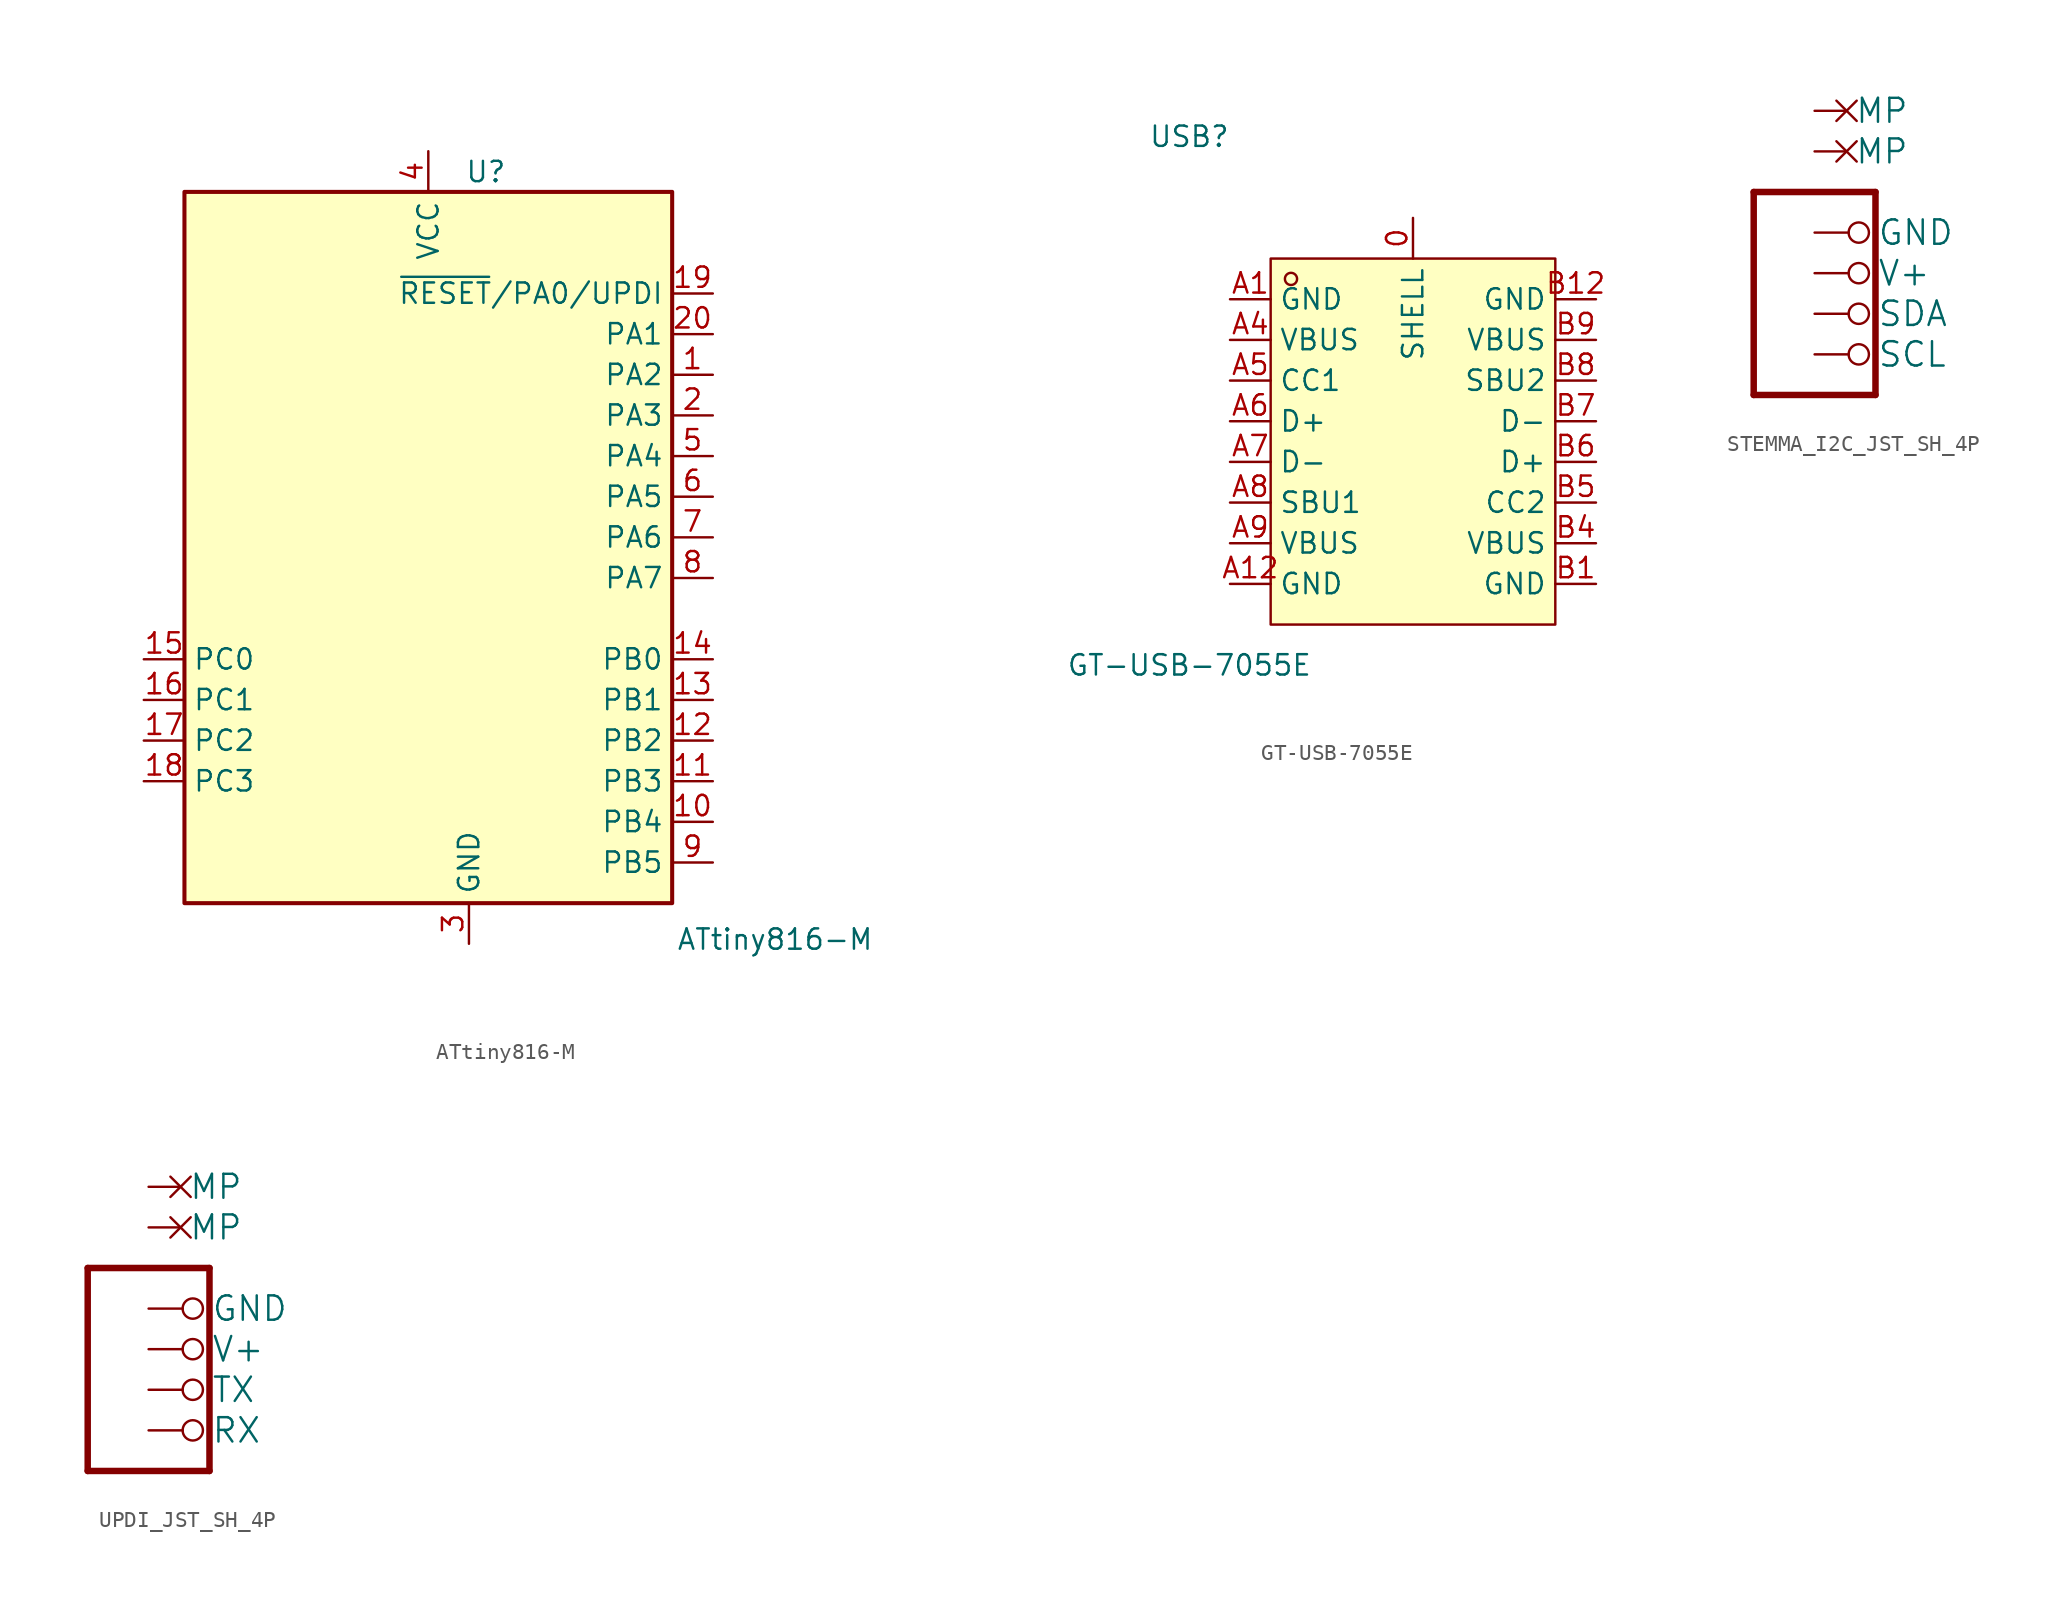
<source format=kicad_sym>
(kicad_symbol_lib
  (version 20241209)
  (generator "kicad_symbol_editor")
  (generator_version "9.0")
  (symbol "ATtiny816-M"
    (property "Reference" "U"
      (at 2.286 22.098 0)
      (effects (font (size 1.27 1.27)) (justify left bottom)))
    (property "Value" "ATtiny816-M"
      (at 15.494 -24.384 0)
      (effects (font (size 1.27 1.27)) (justify left top)))
    (symbol "ATtiny816-M_0_1"
      (rectangle (start -15.24 21.59) (end 15.24 -22.86) (stroke (width 0.254) (type default)) (fill (type background))))
    (symbol "ATtiny816-M_1_1"
      (pin bidirectional line (at -17.78 -7.62 0) (length 2.54) (name "PC0" (effects (font (size 1.27 1.27)))) (number "15" (effects (font (size 1.27 1.27)))) (alternate "SCK" bidirectional line) (alternate "TB" bidirectional line) (alternate "TD.0" bidirectional line))
      (pin bidirectional line (at -17.78 -10.16 0) (length 2.54) (name "PC1" (effects (font (size 1.27 1.27)))) (number "16" (effects (font (size 1.27 1.27)))) (alternate "MISO" input line) (alternate "TD.D" bidirectional line))
      (pin bidirectional line (at -17.78 -12.7 0) (length 2.54) (name "PC2" (effects (font (size 1.27 1.27)))) (number "17" (effects (font (size 1.27 1.27)))) (alternate "MOSI" output line))
      (pin bidirectional line (at -17.78 -15.24 0) (length 2.54) (name "PC3" (effects (font (size 1.27 1.27)))) (number "18" (effects (font (size 1.27 1.27)))) (alternate "SS" bidirectional line) (alternate "TA.3" bidirectional line))
      (pin passive line (at -2.54 -25.4 90) (length 2.54) (hide yes) (name "GND" (effects (font (size 1.27 1.27)))) (number "21" (effects (font (size 1.27 1.27)))))
      (pin power_in line (at 0 24.13 270) (length 2.54) (name "VCC" (effects (font (size 1.27 1.27)))) (number "4" (effects (font (size 1.27 1.27)))))
      (pin power_in line (at 2.54 -25.4 90) (length 2.54) (name "GND" (effects (font (size 1.27 1.27)))) (number "3" (effects (font (size 1.27 1.27)))))
      (pin bidirectional line (at 17.78 15.24 180) (length 2.54) (name "~{RESET}/PA0/UPDI" (effects (font (size 1.27 1.27)))) (number "19" (effects (font (size 1.27 1.27)))))
      (pin bidirectional line (at 17.78 12.7 180) (length 2.54) (name "PA1" (effects (font (size 1.27 1.27)))) (number "20" (effects (font (size 1.27 1.27)))) (alternate "AIN1" bidirectional line) (alternate "MOSI" output line) (alternate "SDA" bidirectional line) (alternate "TX" output line))
      (pin bidirectional line (at 17.78 10.16 180) (length 2.54) (name "PA2" (effects (font (size 1.27 1.27)))) (number "1" (effects (font (size 1.27 1.27)))) (alternate "AIN2" input line) (alternate "MISO" input line) (alternate "RX" input line) (alternate "SCL" bidirectional line))
      (pin bidirectional line (at 17.78 7.62 180) (length 2.54) (name "PA3" (effects (font (size 1.27 1.27)))) (number "2" (effects (font (size 1.27 1.27)))) (alternate "AIN3" input line) (alternate "SCK" bidirectional line) (alternate "TA.3" bidirectional line))
      (pin bidirectional line (at 17.78 5.08 180) (length 2.54) (name "PA4" (effects (font (size 1.27 1.27)))) (number "5" (effects (font (size 1.27 1.27)))) (alternate "AIN4" bidirectional line) (alternate "TA.4" bidirectional line) (alternate "TD.A" bidirectional line) (alternate "Y0" bidirectional line))
      (pin bidirectional line (at 17.78 2.54 180) (length 2.54) (name "PA5" (effects (font (size 1.27 1.27)))) (number "6" (effects (font (size 1.27 1.27)))) (alternate "AIN5" input line) (alternate "TA.5" bidirectional line) (alternate "TB" bidirectional line) (alternate "TD.B" bidirectional line) (alternate "Y1" bidirectional line))
      (pin bidirectional line (at 17.78 0 180) (length 2.54) (name "PA6" (effects (font (size 1.27 1.27)))) (number "7" (effects (font (size 1.27 1.27)))) (alternate "AIN6" input line) (alternate "DAC" output line) (alternate "Y2" bidirectional line))
      (pin bidirectional line (at 17.78 -2.54 180) (length 2.54) (name "PA7" (effects (font (size 1.27 1.27)))) (number "8" (effects (font (size 1.27 1.27)))) (alternate "AIN7" input line) (alternate "Y3" bidirectional line))
      (pin bidirectional line (at 17.78 -7.62 180) (length 2.54) (name "PB0" (effects (font (size 1.27 1.27)))) (number "14" (effects (font (size 1.27 1.27)))) (alternate "AIN11" input line) (alternate "SCL" output line) (alternate "TA.0" bidirectional line) (alternate "Y5" bidirectional line))
      (pin bidirectional line (at 17.78 -10.16 180) (length 2.54) (name "PB1" (effects (font (size 1.27 1.27)))) (number "13" (effects (font (size 1.27 1.27)))) (alternate "AIN0" input line) (alternate "SDA" bidirectional line) (alternate "TA.1" bidirectional line) (alternate "Y4" bidirectional line))
      (pin bidirectional line (at 17.78 -12.7 180) (length 2.54) (name "PB2" (effects (font (size 1.27 1.27)))) (number "12" (effects (font (size 1.27 1.27)))) (alternate "TA.2" bidirectional line) (alternate "TX" output line))
      (pin bidirectional line (at 17.78 -15.24 180) (length 2.54) (name "PB3" (effects (font (size 1.27 1.27)))) (number "11" (effects (font (size 1.27 1.27)))) (alternate "RX" input line) (alternate "TA.0" bidirectional line))
      (pin bidirectional line (at 17.78 -17.78 180) (length 2.54) (name "PB4" (effects (font (size 1.27 1.27)))) (number "10" (effects (font (size 1.27 1.27)))) (alternate "AIN9" input line) (alternate "TA.1" bidirectional line))
      (pin bidirectional line (at 17.78 -20.32 180) (length 2.54) (name "PB5" (effects (font (size 1.27 1.27)))) (number "9" (effects (font (size 1.27 1.27)))) (alternate "AIN8" input line) (alternate "TA.2" bidirectional line))))
  (symbol "GT-USB-7055E"
    (property "Reference" "USB"
      (at 0 5.08 0)
      (effects (font (size 1.27 1.27))))
    (property "Value" "GT-USB-7055E"
      (at 0 -27.94 0)
      (effects (font (size 1.27 1.27))))
    (symbol "GT-USB-7055E_0_1"
      (rectangle (start 5.08 -2.54) (end 22.86 -25.4) (stroke (width 0) (type default)) (fill (type background)))
      (circle (center 6.35 -3.81) (radius 0.38) (stroke (width 0) (type default)) (fill (type none)))
      (pin unspecified line (at 2.54 -5.08 0) (length 2.54) (name "GND" (effects (font (size 1.27 1.27)))) (number "A1" (effects (font (size 1.27 1.27)))))
      (pin unspecified line (at 2.54 -7.62 0) (length 2.54) (name "VBUS" (effects (font (size 1.27 1.27)))) (number "A4" (effects (font (size 1.27 1.27)))))
      (pin unspecified line (at 2.54 -10.16 0) (length 2.54) (name "CC1" (effects (font (size 1.27 1.27)))) (number "A5" (effects (font (size 1.27 1.27)))))
      (pin unspecified line (at 2.54 -12.7 0) (length 2.54) (name "D+" (effects (font (size 1.27 1.27)))) (number "A6" (effects (font (size 1.27 1.27)))))
      (pin unspecified line (at 2.54 -15.24 0) (length 2.54) (name "D-" (effects (font (size 1.27 1.27)))) (number "A7" (effects (font (size 1.27 1.27)))))
      (pin unspecified line (at 2.54 -17.78 0) (length 2.54) (name "SBU1" (effects (font (size 1.27 1.27)))) (number "A8" (effects (font (size 1.27 1.27)))))
      (pin unspecified line (at 2.54 -20.32 0) (length 2.54) (name "VBUS" (effects (font (size 1.27 1.27)))) (number "A9" (effects (font (size 1.27 1.27)))))
      (pin unspecified line (at 2.54 -22.86 0) (length 2.54) (name "GND" (effects (font (size 1.27 1.27)))) (number "A12" (effects (font (size 1.27 1.27)))))
      (pin unspecified line (at 13.97 0 270) (length 2.54) (name "SHELL" (effects (font (size 1.27 1.27)))) (number "0" (effects (font (size 1.27 1.27)))))
      (pin unspecified line (at 25.4 -5.08 180) (length 2.54) (name "GND" (effects (font (size 1.27 1.27)))) (number "B12" (effects (font (size 1.27 1.27)))))
      (pin unspecified line (at 25.4 -7.62 180) (length 2.54) (name "VBUS" (effects (font (size 1.27 1.27)))) (number "B9" (effects (font (size 1.27 1.27)))))
      (pin unspecified line (at 25.4 -10.16 180) (length 2.54) (name "SBU2" (effects (font (size 1.27 1.27)))) (number "B8" (effects (font (size 1.27 1.27)))))
      (pin unspecified line (at 25.4 -12.7 180) (length 2.54) (name "D-" (effects (font (size 1.27 1.27)))) (number "B7" (effects (font (size 1.27 1.27)))))
      (pin unspecified line (at 25.4 -15.24 180) (length 2.54) (name "D+" (effects (font (size 1.27 1.27)))) (number "B6" (effects (font (size 1.27 1.27)))))
      (pin unspecified line (at 25.4 -17.78 180) (length 2.54) (name "CC2" (effects (font (size 1.27 1.27)))) (number "B5" (effects (font (size 1.27 1.27)))))
      (pin unspecified line (at 25.4 -20.32 180) (length 2.54) (name "VBUS" (effects (font (size 1.27 1.27)))) (number "B4" (effects (font (size 1.27 1.27)))))
      (pin unspecified line (at 25.4 -22.86 180) (length 2.54) (name "GND" (effects (font (size 1.27 1.27)))) (number "B1" (effects (font (size 1.27 1.27)))))))
  (symbol "STEMMA_I2C_JST_SH_4P"
    (property "Reference" "CONN"
      (at -3.302 -7.874 0)
      (effects (font (size 1.778 1.511)) (justify left bottom) (hide yes)))
    (symbol "STEMMA_I2C_JST_SH_4P_1_0"
      (polyline (pts (xy -3.81 7.62) (xy -3.81 -5.08)) (stroke (width 0.406) (type solid)) (fill (type none)))
      (polyline (pts (xy -3.81 -5.08) (xy 3.81 -5.08)) (stroke (width 0.406) (type solid)) (fill (type none)))
      (polyline (pts (xy 3.81 7.62) (xy -3.81 7.62)) (stroke (width 0.406) (type solid)) (fill (type none)))
      (polyline (pts (xy 3.81 -5.08) (xy 3.81 7.62)) (stroke (width 0.406) (type solid)) (fill (type none)))
      (pin passive non_logic (at 0 12.7 0) (length 2) (name "MP" (effects (font (size 1.5 1.5)))) (number "5" (effects (font (size 0 0)))))
      (pin passive non_logic (at 0 10.16 0) (length 2) (name "MP" (effects (font (size 1.5 1.5)))) (number "6" (effects (font (size 0 0)))))
      (pin power_in inverted (at 0 5.08 0) (length 3.4) (name "GND" (effects (font (size 1.524 1.524)))) (number "1" (effects (font (size 0 0)))))
      (pin power_in inverted (at 0 2.54 0) (length 3.4) (name "V+" (effects (font (size 1.524 1.524)))) (number "2" (effects (font (size 0 0)))))
      (pin bidirectional inverted (at 0 0 0) (length 3.4) (name "SDA" (effects (font (size 1.524 1.524)))) (number "3" (effects (font (size 0 0)))))
      (pin bidirectional inverted (at 0 -2.54 0) (length 3.4) (name "SCL" (effects (font (size 1.524 1.524)))) (number "4" (effects (font (size 0 0)))))))
  (symbol "UPDI_JST_SH_4P"
    (property "Reference" "CONN"
      (at -3.556 10.16 0)
      (effects (font (size 1.778 1.511)) (justify left bottom) (hide yes)))
    (symbol "UPDI_JST_SH_4P_1_0"
      (polyline (pts (xy -3.81 2.54) (xy -3.81 -10.16)) (stroke (width 0.406) (type solid)) (fill (type none)))
      (polyline (pts (xy -3.81 -10.16) (xy 3.81 -10.16)) (stroke (width 0.406) (type solid)) (fill (type none)))
      (polyline (pts (xy 3.81 2.54) (xy -3.81 2.54)) (stroke (width 0.406) (type solid)) (fill (type none)))
      (polyline (pts (xy 3.81 -10.16) (xy 3.81 2.54)) (stroke (width 0.406) (type solid)) (fill (type none)))
      (pin passive non_logic (at 0 7.62 0) (length 2) (name "MP" (effects (font (size 1.5 1.5)))) (number "5" (effects (font (size 0 0)))))
      (pin passive non_logic (at 0 5.08 0) (length 2) (name "MP" (effects (font (size 1.5 1.5)))) (number "6" (effects (font (size 0 0)))))
      (pin power_in inverted (at 0 0 0) (length 3.4) (name "GND" (effects (font (size 1.524 1.524)))) (number "1" (effects (font (size 0 0)))))
      (pin power_in inverted (at 0 -2.54 0) (length 3.4) (name "V+" (effects (font (size 1.524 1.524)))) (number "2" (effects (font (size 0 0)))))
      (pin input inverted (at 0 -5.08 0) (length 3.4) (name "TX" (effects (font (size 1.524 1.524)))) (number "3" (effects (font (size 0 0)))))
      (pin output inverted (at 0 -7.62 0) (length 3.4) (name "RX" (effects (font (size 1.524 1.524)))) (number "4" (effects (font (size 0 0))))))))
</source>
